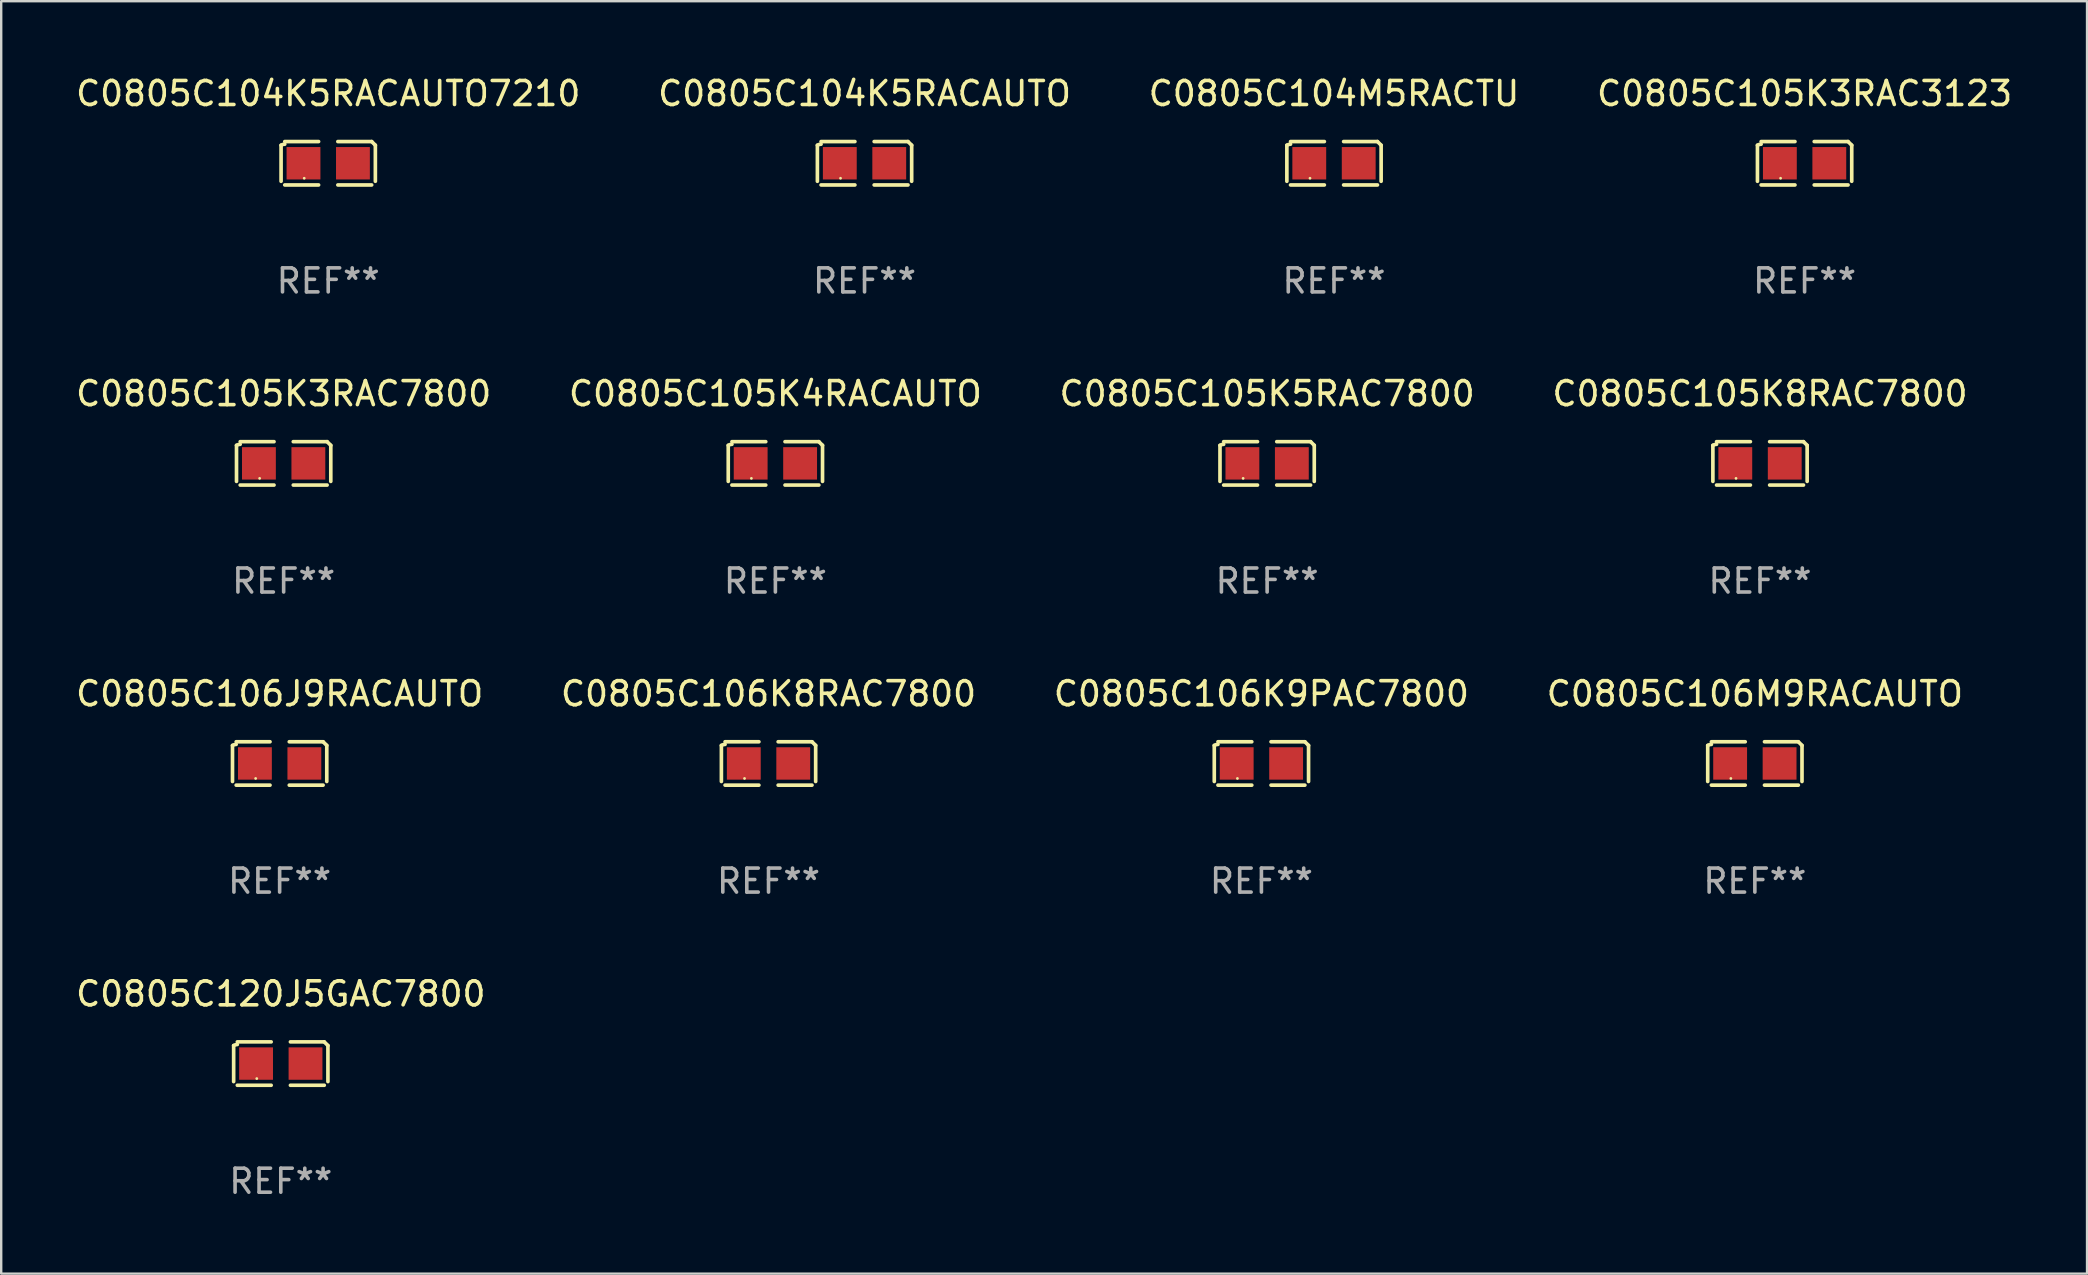
<source format=kicad_pcb>
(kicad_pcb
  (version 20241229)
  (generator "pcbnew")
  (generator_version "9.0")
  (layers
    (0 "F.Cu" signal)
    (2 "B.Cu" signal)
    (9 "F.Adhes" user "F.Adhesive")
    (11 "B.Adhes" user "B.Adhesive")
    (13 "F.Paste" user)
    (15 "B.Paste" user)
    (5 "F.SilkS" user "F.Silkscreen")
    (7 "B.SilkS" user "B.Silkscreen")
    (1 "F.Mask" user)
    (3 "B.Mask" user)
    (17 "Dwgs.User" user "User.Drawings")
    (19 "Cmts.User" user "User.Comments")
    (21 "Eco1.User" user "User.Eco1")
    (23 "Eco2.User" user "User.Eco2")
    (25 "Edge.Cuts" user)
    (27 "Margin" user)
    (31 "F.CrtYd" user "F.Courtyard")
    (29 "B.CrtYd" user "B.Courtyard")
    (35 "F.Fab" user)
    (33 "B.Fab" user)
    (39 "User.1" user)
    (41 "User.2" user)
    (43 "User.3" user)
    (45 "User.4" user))
  (footprint "C0805C105K3RAC3123"
    (layer "F.Cu")
    (at 72.137 3.752)
    (property "Reference" "C0805C105K3RAC3123" (at 0 -2.904 0) (layer "F.SilkS") (effects (font (size 1 1) (thickness 0.15))))
    (attr through_hole)
    (fp_line (start -1.964 0.751) (end -1.964 -0.751) (stroke (width 0.152) (type solid)) (layer "F.SilkS"))
    (fp_line (start -1.811 -0.904) (end -0.401 -0.904) (stroke (width 0.152) (type solid)) (layer "F.SilkS"))
    (fp_line (start -0.401 0.904) (end -1.811 0.904) (stroke (width 0.152) (type solid)) (layer "F.SilkS"))
    (fp_line (start 0.401 0.904) (end 1.811 0.904) (stroke (width 0.152) (type solid)) (layer "F.SilkS"))
    (fp_line (start 1.811 -0.904) (end 0.401 -0.904) (stroke (width 0.152) (type solid)) (layer "F.SilkS"))
    (fp_line (start 1.964 0.751) (end 1.964 -0.751) (stroke (width 0.152) (type solid)) (layer "F.SilkS"))
    (fp_arc (start -1.963602 -0.751207) (mid -1.890354 -0.783131) (end -1.811201 -0.794044) (stroke (width 0.1524) (type solid)) (layer "F.SilkS"))
    (fp_arc (start 1.811202 -0.903607) (mid 1.887413 -0.827418) (end 1.963602 -0.751207) (stroke (width 0.1524) (type solid)) (layer "F.SilkS"))
    (fp_circle (center -1 0.625) (end -0.97 0.625) (stroke (width 0.06) (type solid)) (fill no) (layer "F.SilkS"))
    (fp_text user "REF**" (at 0 4.904 0) (layer "F.Fab") (effects (font (size 1 1) (thickness 0.15))))
    (pad "1" smd rect (at -1.03 0) (size 1.41 1.35) (layers "F.Cu" "F.Mask" "F.Paste"))
    (pad "2" smd rect (at 1.03 0) (size 1.41 1.35) (layers "F.Cu" "F.Mask" "F.Paste")))
  (footprint "C0805C106K9PAC7800"
    (layer "F.Cu")
    (at 49.506 28.759)
    (property "Reference" "C0805C106K9PAC7800" (at 0 -2.904 0) (layer "F.SilkS") (effects (font (size 1 1) (thickness 0.15))))
    (attr through_hole)
    (fp_line (start -1.964 0.751) (end -1.964 -0.751) (stroke (width 0.152) (type solid)) (layer "F.SilkS"))
    (fp_line (start -1.811 -0.904) (end -0.401 -0.904) (stroke (width 0.152) (type solid)) (layer "F.SilkS"))
    (fp_line (start -0.401 0.904) (end -1.811 0.904) (stroke (width 0.152) (type solid)) (layer "F.SilkS"))
    (fp_line (start 0.401 0.904) (end 1.811 0.904) (stroke (width 0.152) (type solid)) (layer "F.SilkS"))
    (fp_line (start 1.811 -0.904) (end 0.401 -0.904) (stroke (width 0.152) (type solid)) (layer "F.SilkS"))
    (fp_line (start 1.964 0.751) (end 1.964 -0.751) (stroke (width 0.152) (type solid)) (layer "F.SilkS"))
    (fp_arc (start -1.963602 -0.751207) (mid -1.890354 -0.783131) (end -1.811201 -0.794044) (stroke (width 0.1524) (type solid)) (layer "F.SilkS"))
    (fp_arc (start 1.811202 -0.903607) (mid 1.887413 -0.827418) (end 1.963602 -0.751207) (stroke (width 0.1524) (type solid)) (layer "F.SilkS"))
    (fp_circle (center -1 0.625) (end -0.97 0.625) (stroke (width 0.06) (type solid)) (fill no) (layer "F.SilkS"))
    (fp_text user "REF**" (at 0 4.904 0) (layer "F.Fab") (effects (font (size 1 1) (thickness 0.15))))
    (pad "1" smd rect (at -1.03 0) (size 1.41 1.35) (layers "F.Cu" "F.Mask" "F.Paste"))
    (pad "2" smd rect (at 1.03 0) (size 1.41 1.35) (layers "F.Cu" "F.Mask" "F.Paste")))
  (footprint "C0805C105K5RAC7800"
    (layer "F.Cu")
    (at 49.744 16.256)
    (property "Reference" "C0805C105K5RAC7800" (at 0 -2.904 0) (layer "F.SilkS") (effects (font (size 1 1) (thickness 0.15))))
    (attr through_hole)
    (fp_line (start -1.964 0.751) (end -1.964 -0.751) (stroke (width 0.152) (type solid)) (layer "F.SilkS"))
    (fp_line (start -1.811 -0.904) (end -0.401 -0.904) (stroke (width 0.152) (type solid)) (layer "F.SilkS"))
    (fp_line (start -0.401 0.904) (end -1.811 0.904) (stroke (width 0.152) (type solid)) (layer "F.SilkS"))
    (fp_line (start 0.401 0.904) (end 1.811 0.904) (stroke (width 0.152) (type solid)) (layer "F.SilkS"))
    (fp_line (start 1.811 -0.904) (end 0.401 -0.904) (stroke (width 0.152) (type solid)) (layer "F.SilkS"))
    (fp_line (start 1.964 0.751) (end 1.964 -0.751) (stroke (width 0.152) (type solid)) (layer "F.SilkS"))
    (fp_arc (start -1.963602 -0.751207) (mid -1.890354 -0.783131) (end -1.811201 -0.794044) (stroke (width 0.1524) (type solid)) (layer "F.SilkS"))
    (fp_arc (start 1.811202 -0.903607) (mid 1.887413 -0.827418) (end 1.963602 -0.751207) (stroke (width 0.1524) (type solid)) (layer "F.SilkS"))
    (fp_circle (center -1 0.625) (end -0.97 0.625) (stroke (width 0.06) (type solid)) (fill no) (layer "F.SilkS"))
    (fp_text user "REF**" (at 0 4.904 0) (layer "F.Fab") (effects (font (size 1 1) (thickness 0.15))))
    (pad "1" smd rect (at -1.03 0) (size 1.41 1.35) (layers "F.Cu" "F.Mask" "F.Paste"))
    (pad "2" smd rect (at 1.03 0) (size 1.41 1.35) (layers "F.Cu" "F.Mask" "F.Paste")))
  (footprint "C0805C106J9RACAUTO"
    (layer "F.Cu")
    (at 8.601 28.759)
    (property "Reference" "C0805C106J9RACAUTO" (at 0 -2.904 0) (layer "F.SilkS") (effects (font (size 1 1) (thickness 0.15))))
    (attr through_hole)
    (fp_line (start -1.964 0.751) (end -1.964 -0.751) (stroke (width 0.152) (type solid)) (layer "F.SilkS"))
    (fp_line (start -1.811 -0.904) (end -0.401 -0.904) (stroke (width 0.152) (type solid)) (layer "F.SilkS"))
    (fp_line (start -0.401 0.904) (end -1.811 0.904) (stroke (width 0.152) (type solid)) (layer "F.SilkS"))
    (fp_line (start 0.401 0.904) (end 1.811 0.904) (stroke (width 0.152) (type solid)) (layer "F.SilkS"))
    (fp_line (start 1.811 -0.904) (end 0.401 -0.904) (stroke (width 0.152) (type solid)) (layer "F.SilkS"))
    (fp_line (start 1.964 0.751) (end 1.964 -0.751) (stroke (width 0.152) (type solid)) (layer "F.SilkS"))
    (fp_arc (start -1.963602 -0.751207) (mid -1.890354 -0.783131) (end -1.811201 -0.794044) (stroke (width 0.1524) (type solid)) (layer "F.SilkS"))
    (fp_arc (start 1.811202 -0.903607) (mid 1.887413 -0.827418) (end 1.963602 -0.751207) (stroke (width 0.1524) (type solid)) (layer "F.SilkS"))
    (fp_circle (center -1 0.625) (end -0.97 0.625) (stroke (width 0.06) (type solid)) (fill no) (layer "F.SilkS"))
    (fp_text user "REF**" (at 0 4.904 0) (layer "F.Fab") (effects (font (size 1 1) (thickness 0.15))))
    (pad "1" smd rect (at -1.03 0) (size 1.41 1.35) (layers "F.Cu" "F.Mask" "F.Paste"))
    (pad "2" smd rect (at 1.03 0) (size 1.41 1.35) (layers "F.Cu" "F.Mask" "F.Paste")))
  (footprint "C0805C104M5RACTU"
    (layer "F.Cu")
    (at 52.53 3.752)
    (property "Reference" "C0805C104M5RACTU" (at 0 -2.904 0) (layer "F.SilkS") (effects (font (size 1 1) (thickness 0.15))))
    (attr through_hole)
    (fp_line (start -1.964 0.751) (end -1.964 -0.751) (stroke (width 0.152) (type solid)) (layer "F.SilkS"))
    (fp_line (start -1.811 -0.904) (end -0.401 -0.904) (stroke (width 0.152) (type solid)) (layer "F.SilkS"))
    (fp_line (start -0.401 0.904) (end -1.811 0.904) (stroke (width 0.152) (type solid)) (layer "F.SilkS"))
    (fp_line (start 0.401 0.904) (end 1.811 0.904) (stroke (width 0.152) (type solid)) (layer "F.SilkS"))
    (fp_line (start 1.811 -0.904) (end 0.401 -0.904) (stroke (width 0.152) (type solid)) (layer "F.SilkS"))
    (fp_line (start 1.964 0.751) (end 1.964 -0.751) (stroke (width 0.152) (type solid)) (layer "F.SilkS"))
    (fp_arc (start -1.963602 -0.751207) (mid -1.890354 -0.783131) (end -1.811201 -0.794044) (stroke (width 0.1524) (type solid)) (layer "F.SilkS"))
    (fp_arc (start 1.811202 -0.903607) (mid 1.887413 -0.827418) (end 1.963602 -0.751207) (stroke (width 0.1524) (type solid)) (layer "F.SilkS"))
    (fp_circle (center -1 0.625) (end -0.97 0.625) (stroke (width 0.06) (type solid)) (fill no) (layer "F.SilkS"))
    (fp_text user "REF**" (at 0 4.904 0) (layer "F.Fab") (effects (font (size 1 1) (thickness 0.15))))
    (pad "1" smd rect (at -1.03 0) (size 1.41 1.35) (layers "F.Cu" "F.Mask" "F.Paste"))
    (pad "2" smd rect (at 1.03 0) (size 1.41 1.35) (layers "F.Cu" "F.Mask" "F.Paste")))
  (footprint "C0805C105K3RAC7800"
    (layer "F.Cu")
    (at 8.768 16.256)
    (property "Reference" "C0805C105K3RAC7800" (at 0 -2.904 0) (layer "F.SilkS") (effects (font (size 1 1) (thickness 0.15))))
    (attr through_hole)
    (fp_line (start -1.964 0.751) (end -1.964 -0.751) (stroke (width 0.152) (type solid)) (layer "F.SilkS"))
    (fp_line (start -1.811 -0.904) (end -0.401 -0.904) (stroke (width 0.152) (type solid)) (layer "F.SilkS"))
    (fp_line (start -0.401 0.904) (end -1.811 0.904) (stroke (width 0.152) (type solid)) (layer "F.SilkS"))
    (fp_line (start 0.401 0.904) (end 1.811 0.904) (stroke (width 0.152) (type solid)) (layer "F.SilkS"))
    (fp_line (start 1.811 -0.904) (end 0.401 -0.904) (stroke (width 0.152) (type solid)) (layer "F.SilkS"))
    (fp_line (start 1.964 0.751) (end 1.964 -0.751) (stroke (width 0.152) (type solid)) (layer "F.SilkS"))
    (fp_arc (start -1.963602 -0.751207) (mid -1.890354 -0.783131) (end -1.811201 -0.794044) (stroke (width 0.1524) (type solid)) (layer "F.SilkS"))
    (fp_arc (start 1.811202 -0.903607) (mid 1.887413 -0.827418) (end 1.963602 -0.751207) (stroke (width 0.1524) (type solid)) (layer "F.SilkS"))
    (fp_circle (center -1 0.625) (end -0.97 0.625) (stroke (width 0.06) (type solid)) (fill no) (layer "F.SilkS"))
    (fp_text user "REF**" (at 0 4.904 0) (layer "F.Fab") (effects (font (size 1 1) (thickness 0.15))))
    (pad "1" smd rect (at -1.03 0) (size 1.41 1.35) (layers "F.Cu" "F.Mask" "F.Paste"))
    (pad "2" smd rect (at 1.03 0) (size 1.41 1.35) (layers "F.Cu" "F.Mask" "F.Paste")))
  (footprint "C0805C106M9RACAUTO"
    (layer "F.Cu")
    (at 70.065 28.759)
    (property "Reference" "C0805C106M9RACAUTO" (at 0 -2.904 0) (layer "F.SilkS") (effects (font (size 1 1) (thickness 0.15))))
    (attr through_hole)
    (fp_line (start -1.964 0.751) (end -1.964 -0.751) (stroke (width 0.152) (type solid)) (layer "F.SilkS"))
    (fp_line (start -1.811 -0.904) (end -0.401 -0.904) (stroke (width 0.152) (type solid)) (layer "F.SilkS"))
    (fp_line (start -0.401 0.904) (end -1.811 0.904) (stroke (width 0.152) (type solid)) (layer "F.SilkS"))
    (fp_line (start 0.401 0.904) (end 1.811 0.904) (stroke (width 0.152) (type solid)) (layer "F.SilkS"))
    (fp_line (start 1.811 -0.904) (end 0.401 -0.904) (stroke (width 0.152) (type solid)) (layer "F.SilkS"))
    (fp_line (start 1.964 0.751) (end 1.964 -0.751) (stroke (width 0.152) (type solid)) (layer "F.SilkS"))
    (fp_arc (start -1.963602 -0.751207) (mid -1.890354 -0.783131) (end -1.811201 -0.794044) (stroke (width 0.1524) (type solid)) (layer "F.SilkS"))
    (fp_arc (start 1.811202 -0.903607) (mid 1.887413 -0.827418) (end 1.963602 -0.751207) (stroke (width 0.1524) (type solid)) (layer "F.SilkS"))
    (fp_circle (center -1 0.625) (end -0.97 0.625) (stroke (width 0.06) (type solid)) (fill no) (layer "F.SilkS"))
    (fp_text user "REF**" (at 0 4.904 0) (layer "F.Fab") (effects (font (size 1 1) (thickness 0.15))))
    (pad "1" smd rect (at -1.03 0) (size 1.41 1.35) (layers "F.Cu" "F.Mask" "F.Paste"))
    (pad "2" smd rect (at 1.03 0) (size 1.41 1.35) (layers "F.Cu" "F.Mask" "F.Paste")))
  (footprint "C0805C120J5GAC7800"
    (layer "F.Cu")
    (at 8.649 41.263)
    (property "Reference" "C0805C120J5GAC7800" (at 0 -2.904 0) (layer "F.SilkS") (effects (font (size 1 1) (thickness 0.15))))
    (attr through_hole)
    (fp_line (start -1.964 0.751) (end -1.964 -0.751) (stroke (width 0.152) (type solid)) (layer "F.SilkS"))
    (fp_line (start -1.811 -0.904) (end -0.401 -0.904) (stroke (width 0.152) (type solid)) (layer "F.SilkS"))
    (fp_line (start -0.401 0.904) (end -1.811 0.904) (stroke (width 0.152) (type solid)) (layer "F.SilkS"))
    (fp_line (start 0.401 0.904) (end 1.811 0.904) (stroke (width 0.152) (type solid)) (layer "F.SilkS"))
    (fp_line (start 1.811 -0.904) (end 0.401 -0.904) (stroke (width 0.152) (type solid)) (layer "F.SilkS"))
    (fp_line (start 1.964 0.751) (end 1.964 -0.751) (stroke (width 0.152) (type solid)) (layer "F.SilkS"))
    (fp_arc (start -1.963602 -0.751207) (mid -1.890354 -0.783131) (end -1.811201 -0.794044) (stroke (width 0.1524) (type solid)) (layer "F.SilkS"))
    (fp_arc (start 1.811202 -0.903607) (mid 1.887413 -0.827418) (end 1.963602 -0.751207) (stroke (width 0.1524) (type solid)) (layer "F.SilkS"))
    (fp_circle (center -1 0.625) (end -0.97 0.625) (stroke (width 0.06) (type solid)) (fill no) (layer "F.SilkS"))
    (fp_text user "REF**" (at 0 4.904 0) (layer "F.Fab") (effects (font (size 1 1) (thickness 0.15))))
    (pad "1" smd rect (at -1.03 0) (size 1.41 1.35) (layers "F.Cu" "F.Mask" "F.Paste"))
    (pad "2" smd rect (at 1.03 0) (size 1.41 1.35) (layers "F.Cu" "F.Mask" "F.Paste")))
  (footprint "C0805C104K5RACAUTO"
    (layer "F.Cu")
    (at 32.97 3.752)
    (property "Reference" "C0805C104K5RACAUTO" (at 0 -2.904 0) (layer "F.SilkS") (effects (font (size 1 1) (thickness 0.15))))
    (attr through_hole)
    (fp_line (start -1.964 0.751) (end -1.964 -0.751) (stroke (width 0.152) (type solid)) (layer "F.SilkS"))
    (fp_line (start -1.811 -0.904) (end -0.401 -0.904) (stroke (width 0.152) (type solid)) (layer "F.SilkS"))
    (fp_line (start -0.401 0.904) (end -1.811 0.904) (stroke (width 0.152) (type solid)) (layer "F.SilkS"))
    (fp_line (start 0.401 0.904) (end 1.811 0.904) (stroke (width 0.152) (type solid)) (layer "F.SilkS"))
    (fp_line (start 1.811 -0.904) (end 0.401 -0.904) (stroke (width 0.152) (type solid)) (layer "F.SilkS"))
    (fp_line (start 1.964 0.751) (end 1.964 -0.751) (stroke (width 0.152) (type solid)) (layer "F.SilkS"))
    (fp_arc (start -1.963602 -0.751207) (mid -1.890354 -0.783131) (end -1.811201 -0.794044) (stroke (width 0.1524) (type solid)) (layer "F.SilkS"))
    (fp_arc (start 1.811202 -0.903607) (mid 1.887413 -0.827418) (end 1.963602 -0.751207) (stroke (width 0.1524) (type solid)) (layer "F.SilkS"))
    (fp_circle (center -1 0.625) (end -0.97 0.625) (stroke (width 0.06) (type solid)) (fill no) (layer "F.SilkS"))
    (fp_text user "REF**" (at 0 4.904 0) (layer "F.Fab") (effects (font (size 1 1) (thickness 0.15))))
    (pad "1" smd rect (at -1.03 0) (size 1.41 1.35) (layers "F.Cu" "F.Mask" "F.Paste"))
    (pad "2" smd rect (at 1.03 0) (size 1.41 1.35) (layers "F.Cu" "F.Mask" "F.Paste")))
  (footprint "C0805C104K5RACAUTO7210"
    (layer "F.Cu")
    (at 10.625 3.752)
    (property "Reference" "C0805C104K5RACAUTO7210" (at 0 -2.904 0) (layer "F.SilkS") (effects (font (size 1 1) (thickness 0.15))))
    (attr through_hole)
    (fp_line (start -1.964 0.751) (end -1.964 -0.751) (stroke (width 0.152) (type solid)) (layer "F.SilkS"))
    (fp_line (start -1.811 -0.904) (end -0.401 -0.904) (stroke (width 0.152) (type solid)) (layer "F.SilkS"))
    (fp_line (start -0.401 0.904) (end -1.811 0.904) (stroke (width 0.152) (type solid)) (layer "F.SilkS"))
    (fp_line (start 0.401 0.904) (end 1.811 0.904) (stroke (width 0.152) (type solid)) (layer "F.SilkS"))
    (fp_line (start 1.811 -0.904) (end 0.401 -0.904) (stroke (width 0.152) (type solid)) (layer "F.SilkS"))
    (fp_line (start 1.964 0.751) (end 1.964 -0.751) (stroke (width 0.152) (type solid)) (layer "F.SilkS"))
    (fp_arc (start -1.963602 -0.751207) (mid -1.890354 -0.783131) (end -1.811201 -0.794044) (stroke (width 0.1524) (type solid)) (layer "F.SilkS"))
    (fp_arc (start 1.811202 -0.903607) (mid 1.887413 -0.827418) (end 1.963602 -0.751207) (stroke (width 0.1524) (type solid)) (layer "F.SilkS"))
    (fp_circle (center -1 0.625) (end -0.97 0.625) (stroke (width 0.06) (type solid)) (fill no) (layer "F.SilkS"))
    (fp_text user "REF**" (at 0 4.904 0) (layer "F.Fab") (effects (font (size 1 1) (thickness 0.15))))
    (pad "1" smd rect (at -1.03 0) (size 1.41 1.35) (layers "F.Cu" "F.Mask" "F.Paste"))
    (pad "2" smd rect (at 1.03 0) (size 1.41 1.35) (layers "F.Cu" "F.Mask" "F.Paste")))
  (footprint "C0805C105K4RACAUTO"
    (layer "F.Cu")
    (at 29.256 16.256)
    (property "Reference" "C0805C105K4RACAUTO" (at 0 -2.904 0) (layer "F.SilkS") (effects (font (size 1 1) (thickness 0.15))))
    (attr through_hole)
    (fp_line (start -1.964 0.751) (end -1.964 -0.751) (stroke (width 0.152) (type solid)) (layer "F.SilkS"))
    (fp_line (start -1.811 -0.904) (end -0.401 -0.904) (stroke (width 0.152) (type solid)) (layer "F.SilkS"))
    (fp_line (start -0.401 0.904) (end -1.811 0.904) (stroke (width 0.152) (type solid)) (layer "F.SilkS"))
    (fp_line (start 0.401 0.904) (end 1.811 0.904) (stroke (width 0.152) (type solid)) (layer "F.SilkS"))
    (fp_line (start 1.811 -0.904) (end 0.401 -0.904) (stroke (width 0.152) (type solid)) (layer "F.SilkS"))
    (fp_line (start 1.964 0.751) (end 1.964 -0.751) (stroke (width 0.152) (type solid)) (layer "F.SilkS"))
    (fp_arc (start -1.963602 -0.751207) (mid -1.890354 -0.783131) (end -1.811201 -0.794044) (stroke (width 0.1524) (type solid)) (layer "F.SilkS"))
    (fp_arc (start 1.811202 -0.903607) (mid 1.887413 -0.827418) (end 1.963602 -0.751207) (stroke (width 0.1524) (type solid)) (layer "F.SilkS"))
    (fp_circle (center -1 0.625) (end -0.97 0.625) (stroke (width 0.06) (type solid)) (fill no) (layer "F.SilkS"))
    (fp_text user "REF**" (at 0 4.904 0) (layer "F.Fab") (effects (font (size 1 1) (thickness 0.15))))
    (pad "1" smd rect (at -1.03 0) (size 1.41 1.35) (layers "F.Cu" "F.Mask" "F.Paste"))
    (pad "2" smd rect (at 1.03 0) (size 1.41 1.35) (layers "F.Cu" "F.Mask" "F.Paste")))
  (footprint "C0805C105K8RAC7800"
    (layer "F.Cu")
    (at 70.28 16.256)
    (property "Reference" "C0805C105K8RAC7800" (at 0 -2.904 0) (layer "F.SilkS") (effects (font (size 1 1) (thickness 0.15))))
    (attr through_hole)
    (fp_line (start -1.964 0.751) (end -1.964 -0.751) (stroke (width 0.152) (type solid)) (layer "F.SilkS"))
    (fp_line (start -1.811 -0.904) (end -0.401 -0.904) (stroke (width 0.152) (type solid)) (layer "F.SilkS"))
    (fp_line (start -0.401 0.904) (end -1.811 0.904) (stroke (width 0.152) (type solid)) (layer "F.SilkS"))
    (fp_line (start 0.401 0.904) (end 1.811 0.904) (stroke (width 0.152) (type solid)) (layer "F.SilkS"))
    (fp_line (start 1.811 -0.904) (end 0.401 -0.904) (stroke (width 0.152) (type solid)) (layer "F.SilkS"))
    (fp_line (start 1.964 0.751) (end 1.964 -0.751) (stroke (width 0.152) (type solid)) (layer "F.SilkS"))
    (fp_arc (start -1.963602 -0.751207) (mid -1.890354 -0.783131) (end -1.811201 -0.794044) (stroke (width 0.1524) (type solid)) (layer "F.SilkS"))
    (fp_arc (start 1.811202 -0.903607) (mid 1.887413 -0.827418) (end 1.963602 -0.751207) (stroke (width 0.1524) (type solid)) (layer "F.SilkS"))
    (fp_circle (center -1 0.625) (end -0.97 0.625) (stroke (width 0.06) (type solid)) (fill no) (layer "F.SilkS"))
    (fp_text user "REF**" (at 0 4.904 0) (layer "F.Fab") (effects (font (size 1 1) (thickness 0.15))))
    (pad "1" smd rect (at -1.03 0) (size 1.41 1.35) (layers "F.Cu" "F.Mask" "F.Paste"))
    (pad "2" smd rect (at 1.03 0) (size 1.41 1.35) (layers "F.Cu" "F.Mask" "F.Paste")))
  (footprint "C0805C106K8RAC7800"
    (layer "F.Cu")
    (at 28.97 28.759)
    (property "Reference" "C0805C106K8RAC7800" (at 0 -2.904 0) (layer "F.SilkS") (effects (font (size 1 1) (thickness 0.15))))
    (attr through_hole)
    (fp_line (start -1.964 0.751) (end -1.964 -0.751) (stroke (width 0.152) (type solid)) (layer "F.SilkS"))
    (fp_line (start -1.811 -0.904) (end -0.401 -0.904) (stroke (width 0.152) (type solid)) (layer "F.SilkS"))
    (fp_line (start -0.401 0.904) (end -1.811 0.904) (stroke (width 0.152) (type solid)) (layer "F.SilkS"))
    (fp_line (start 0.401 0.904) (end 1.811 0.904) (stroke (width 0.152) (type solid)) (layer "F.SilkS"))
    (fp_line (start 1.811 -0.904) (end 0.401 -0.904) (stroke (width 0.152) (type solid)) (layer "F.SilkS"))
    (fp_line (start 1.964 0.751) (end 1.964 -0.751) (stroke (width 0.152) (type solid)) (layer "F.SilkS"))
    (fp_arc (start -1.963602 -0.751207) (mid -1.890354 -0.783131) (end -1.811201 -0.794044) (stroke (width 0.1524) (type solid)) (layer "F.SilkS"))
    (fp_arc (start 1.811202 -0.903607) (mid 1.887413 -0.827418) (end 1.963602 -0.751207) (stroke (width 0.1524) (type solid)) (layer "F.SilkS"))
    (fp_circle (center -1 0.625) (end -0.97 0.625) (stroke (width 0.06) (type solid)) (fill no) (layer "F.SilkS"))
    (fp_text user "REF**" (at 0 4.904 0) (layer "F.Fab") (effects (font (size 1 1) (thickness 0.15))))
    (pad "1" smd rect (at -1.03 0) (size 1.41 1.35) (layers "F.Cu" "F.Mask" "F.Paste"))
    (pad "2" smd rect (at 1.03 0) (size 1.41 1.35) (layers "F.Cu" "F.Mask" "F.Paste")))
  (gr_rect
    (start -3 -3)
    (end 83.905 50.015)
    (stroke (width 0.1) (type default))
    (fill no)
    (layer "Edge.Cuts")))
</source>
